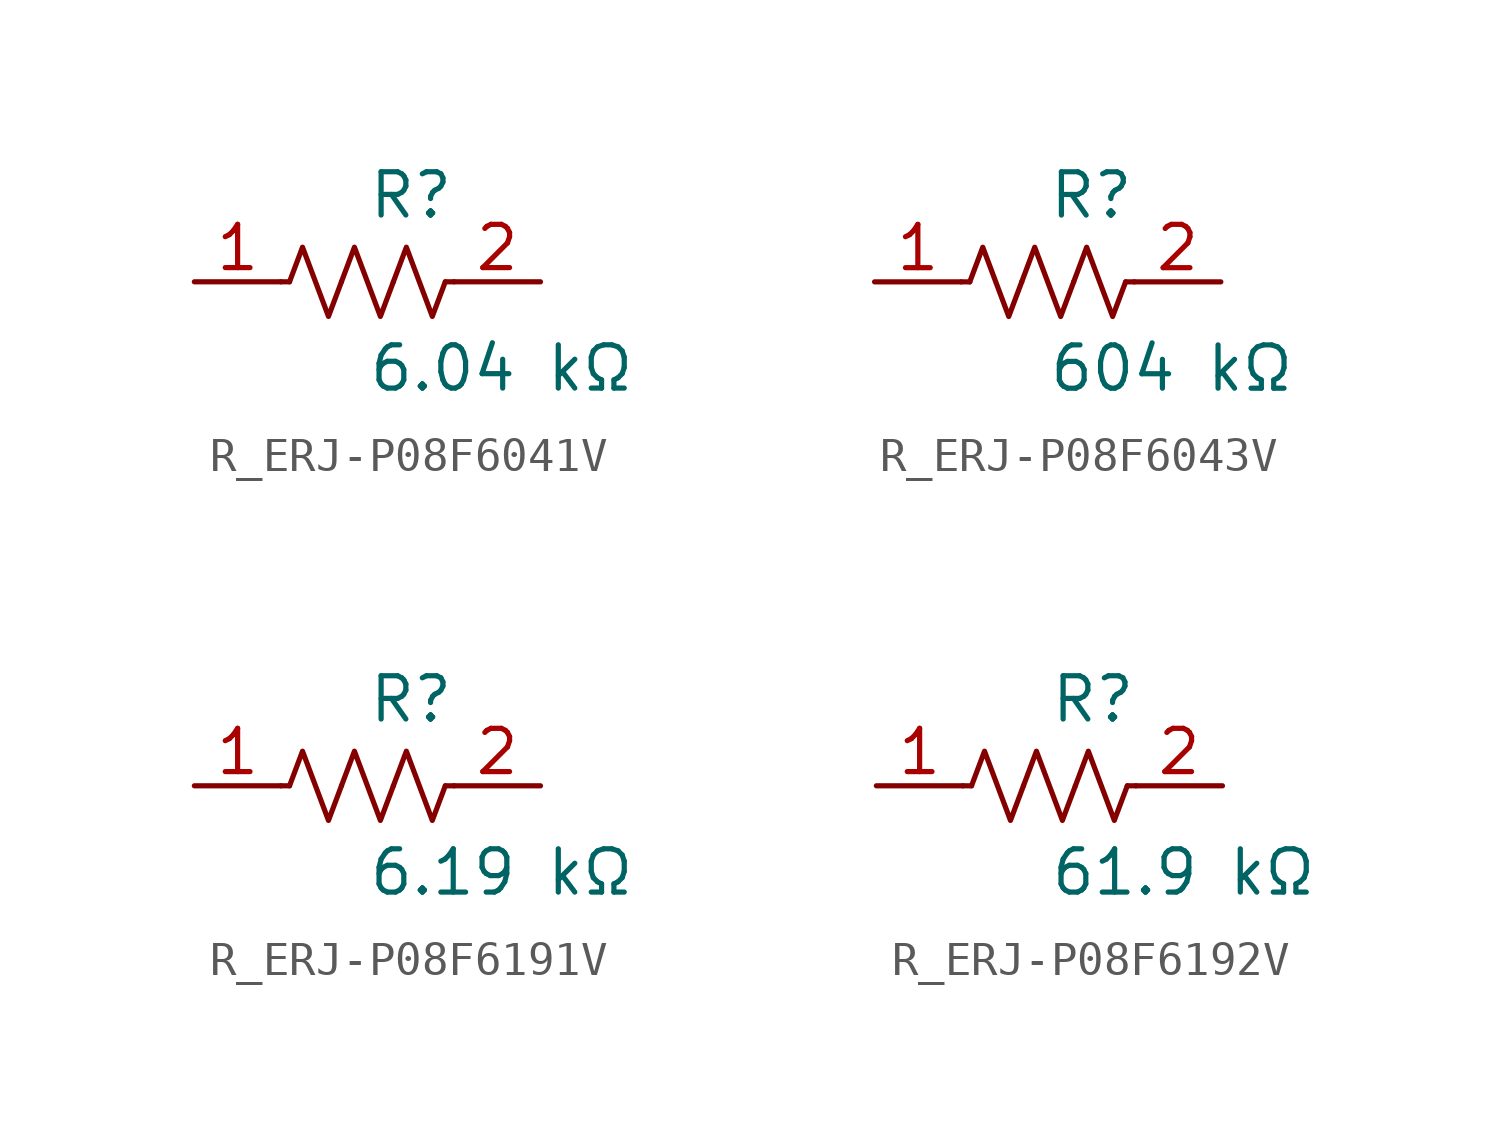
<source format=kicad_sym>
(kicad_symbol_lib
  (version 20231120)
  (generator kicad_symbol_editor)
  (generator_version 8.0)
  (symbol "R_ERJ-P08F6041V"
    (pin_names
      (offset 0.254))
    (property "Reference" "R"
      (at 0.0 2.54 0)
      (effects (font (size 1.27 1.27)) (justify left)))
    (property "Value" "6.04 kΩ"
      (at 0.0 -2.54 0)
      (effects (font (size 1.27 1.27)) (justify left)))
    (symbol "R_ERJ-P08F6041V_0_1"
      (polyline (pts (xy 2.286 0) (xy 2.54 0)) (stroke (width 0) (type default)) (fill (type none)))
      (polyline (pts (xy -2.286 0) (xy -2.54 0)) (stroke (width 0) (type default)) (fill (type none)))
      (polyline (pts (xy 0.762 0) (xy 1.143 1.016) (xy 1.524 0) (xy 1.905 -1.016) (xy 2.286 0)) (stroke (width 0) (type default)) (fill (type none)))
      (polyline (pts (xy -0.762 0) (xy -0.381 1.016) (xy 0 0) (xy 0.381 -1.016) (xy 0.762 0)) (stroke (width 0) (type default)) (fill (type none)))
      (polyline (pts (xy -2.286 0) (xy -1.905 1.016) (xy -1.524 0) (xy -1.143 -1.016) (xy -0.762 0)) (stroke (width 0) (type default)) (fill (type none))))
    (pin unspecified line
      (at -5.08 0 0)
      (length 2.54)
      (name "" (effects (font (size 1.27 1.27))))
      (number "1" (effects (font (size 1.27 1.27)))))
    (pin unspecified line
      (at 5.08 0 180)
      (length 2.54)
      (name "" (effects (font (size 1.27 1.27))))
      (number "2" (effects (font (size 1.27 1.27))))))
  (symbol "R_ERJ-P08F6043V"
    (pin_names
      (offset 0.254))
    (property "Reference" "R"
      (at 0.0 2.54 0)
      (effects (font (size 1.27 1.27)) (justify left)))
    (property "Value" "604 kΩ"
      (at 0.0 -2.54 0)
      (effects (font (size 1.27 1.27)) (justify left)))
    (symbol "R_ERJ-P08F6043V_0_1"
      (polyline (pts (xy 2.286 0) (xy 2.54 0)) (stroke (width 0) (type default)) (fill (type none)))
      (polyline (pts (xy -2.286 0) (xy -2.54 0)) (stroke (width 0) (type default)) (fill (type none)))
      (polyline (pts (xy 0.762 0) (xy 1.143 1.016) (xy 1.524 0) (xy 1.905 -1.016) (xy 2.286 0)) (stroke (width 0) (type default)) (fill (type none)))
      (polyline (pts (xy -0.762 0) (xy -0.381 1.016) (xy 0 0) (xy 0.381 -1.016) (xy 0.762 0)) (stroke (width 0) (type default)) (fill (type none)))
      (polyline (pts (xy -2.286 0) (xy -1.905 1.016) (xy -1.524 0) (xy -1.143 -1.016) (xy -0.762 0)) (stroke (width 0) (type default)) (fill (type none))))
    (pin unspecified line
      (at -5.08 0 0)
      (length 2.54)
      (name "" (effects (font (size 1.27 1.27))))
      (number "1" (effects (font (size 1.27 1.27)))))
    (pin unspecified line
      (at 5.08 0 180)
      (length 2.54)
      (name "" (effects (font (size 1.27 1.27))))
      (number "2" (effects (font (size 1.27 1.27))))))
  (symbol "R_ERJ-P08F6191V"
    (pin_names
      (offset 0.254))
    (property "Reference" "R"
      (at 0.0 2.54 0)
      (effects (font (size 1.27 1.27)) (justify left)))
    (property "Value" "6.19 kΩ"
      (at 0.0 -2.54 0)
      (effects (font (size 1.27 1.27)) (justify left)))
    (symbol "R_ERJ-P08F6191V_0_1"
      (polyline (pts (xy 2.286 0) (xy 2.54 0)) (stroke (width 0) (type default)) (fill (type none)))
      (polyline (pts (xy -2.286 0) (xy -2.54 0)) (stroke (width 0) (type default)) (fill (type none)))
      (polyline (pts (xy 0.762 0) (xy 1.143 1.016) (xy 1.524 0) (xy 1.905 -1.016) (xy 2.286 0)) (stroke (width 0) (type default)) (fill (type none)))
      (polyline (pts (xy -0.762 0) (xy -0.381 1.016) (xy 0 0) (xy 0.381 -1.016) (xy 0.762 0)) (stroke (width 0) (type default)) (fill (type none)))
      (polyline (pts (xy -2.286 0) (xy -1.905 1.016) (xy -1.524 0) (xy -1.143 -1.016) (xy -0.762 0)) (stroke (width 0) (type default)) (fill (type none))))
    (pin unspecified line
      (at -5.08 0 0)
      (length 2.54)
      (name "" (effects (font (size 1.27 1.27))))
      (number "1" (effects (font (size 1.27 1.27)))))
    (pin unspecified line
      (at 5.08 0 180)
      (length 2.54)
      (name "" (effects (font (size 1.27 1.27))))
      (number "2" (effects (font (size 1.27 1.27))))))
  (symbol "R_ERJ-P08F6192V"
    (pin_names
      (offset 0.254))
    (property "Reference" "R"
      (at 0.0 2.54 0)
      (effects (font (size 1.27 1.27)) (justify left)))
    (property "Value" "61.9 kΩ"
      (at 0.0 -2.54 0)
      (effects (font (size 1.27 1.27)) (justify left)))
    (symbol "R_ERJ-P08F6192V_0_1"
      (polyline (pts (xy 2.286 0) (xy 2.54 0)) (stroke (width 0) (type default)) (fill (type none)))
      (polyline (pts (xy -2.286 0) (xy -2.54 0)) (stroke (width 0) (type default)) (fill (type none)))
      (polyline (pts (xy 0.762 0) (xy 1.143 1.016) (xy 1.524 0) (xy 1.905 -1.016) (xy 2.286 0)) (stroke (width 0) (type default)) (fill (type none)))
      (polyline (pts (xy -0.762 0) (xy -0.381 1.016) (xy 0 0) (xy 0.381 -1.016) (xy 0.762 0)) (stroke (width 0) (type default)) (fill (type none)))
      (polyline (pts (xy -2.286 0) (xy -1.905 1.016) (xy -1.524 0) (xy -1.143 -1.016) (xy -0.762 0)) (stroke (width 0) (type default)) (fill (type none))))
    (pin unspecified line
      (at -5.08 0 0)
      (length 2.54)
      (name "" (effects (font (size 1.27 1.27))))
      (number "1" (effects (font (size 1.27 1.27)))))
    (pin unspecified line
      (at 5.08 0 180)
      (length 2.54)
      (name "" (effects (font (size 1.27 1.27))))
      (number "2" (effects (font (size 1.27 1.27)))))))
</source>
